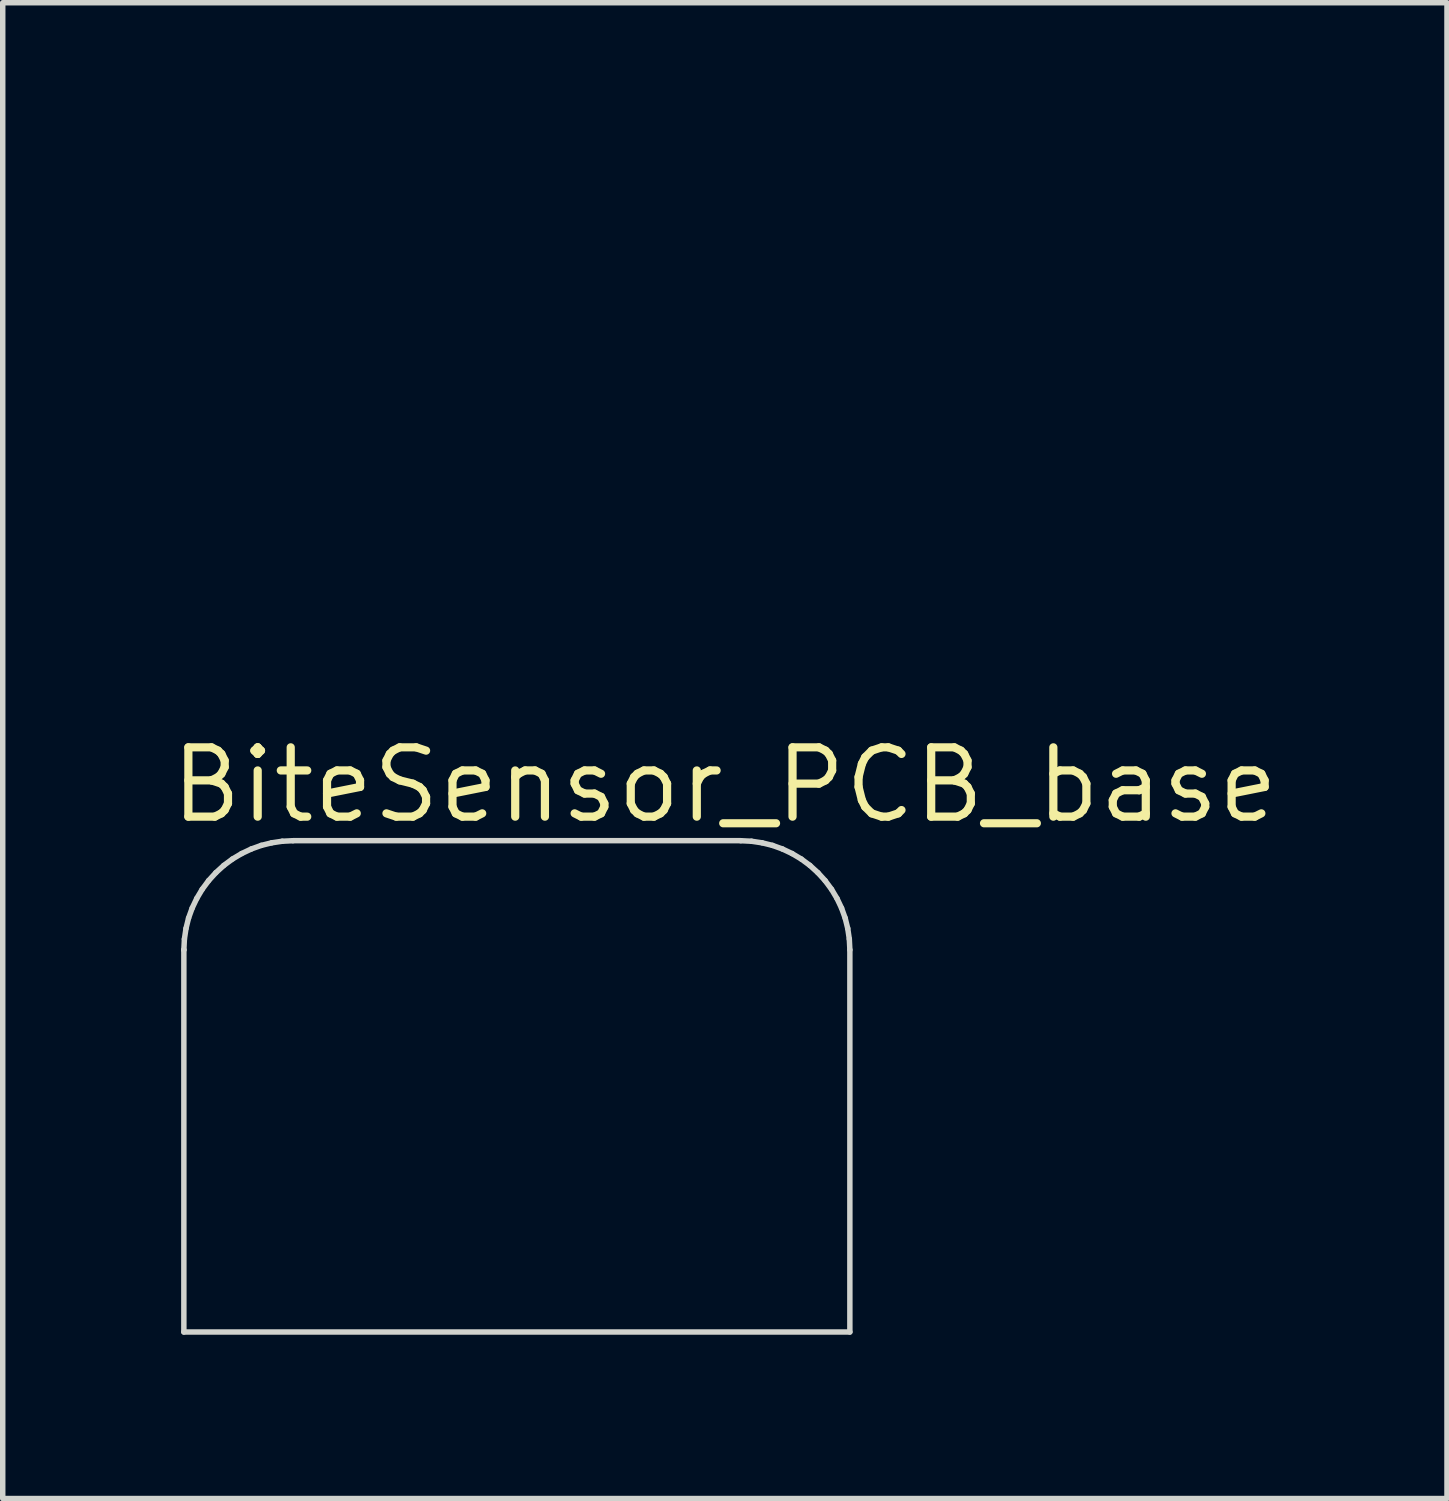
<source format=kicad_pcb>
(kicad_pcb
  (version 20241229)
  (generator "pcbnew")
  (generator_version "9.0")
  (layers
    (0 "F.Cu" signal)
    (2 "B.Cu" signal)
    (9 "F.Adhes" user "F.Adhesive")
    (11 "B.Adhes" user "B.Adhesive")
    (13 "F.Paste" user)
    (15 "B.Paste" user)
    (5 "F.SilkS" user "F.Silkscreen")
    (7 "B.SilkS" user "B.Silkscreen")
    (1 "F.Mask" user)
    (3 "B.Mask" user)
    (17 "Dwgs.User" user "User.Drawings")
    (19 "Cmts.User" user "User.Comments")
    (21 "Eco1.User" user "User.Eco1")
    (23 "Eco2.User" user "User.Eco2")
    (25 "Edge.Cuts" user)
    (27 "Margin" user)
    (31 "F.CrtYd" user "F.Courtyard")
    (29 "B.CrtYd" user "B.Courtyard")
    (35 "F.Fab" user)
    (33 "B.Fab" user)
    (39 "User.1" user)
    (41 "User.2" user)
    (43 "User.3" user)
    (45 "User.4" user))
  (footprint "BiteSensor_PCB_base"
    (layer "F.Cu")
    (at 1.718 0.25)
    (property "Reference" "BiteSensor_PCB_base" (at 8.51 11.08 0) (layer "F.SilkS") (effects (font (size 1.27 1.27) (thickness 0.15))))
    (attr through_hole)
    (fp_line (start -1.4 14.1) (end -1.4 14.1) (stroke (width 0.1) (type solid)) (layer "Edge.Cuts"))
    (fp_line (start -1.4 14.1) (end -1.4 21.1) (stroke (width 0.1) (type solid)) (layer "Edge.Cuts"))
    (fp_line (start -1.4 21.1) (end 10.8 21.1) (stroke (width 0.1) (type solid)) (layer "Edge.Cuts"))
    (fp_line (start -1.39 13.902) (end -1.4 14.1) (stroke (width 0.1) (type solid)) (layer "Edge.Cuts"))
    (fp_line (start -1.361 13.708) (end -1.39 13.902) (stroke (width 0.1) (type solid)) (layer "Edge.Cuts"))
    (fp_line (start -1.314 13.518) (end -1.361 13.708) (stroke (width 0.1) (type solid)) (layer "Edge.Cuts"))
    (fp_line (start -1.248 13.335) (end -1.314 13.518) (stroke (width 0.1) (type solid)) (layer "Edge.Cuts"))
    (fp_line (start -1.164 13.158) (end -1.248 13.335) (stroke (width 0.1) (type solid)) (layer "Edge.Cuts"))
    (fp_line (start -1.064 12.99) (end -1.164 13.158) (stroke (width 0.1) (type solid)) (layer "Edge.Cuts"))
    (fp_line (start -0.947 12.832) (end -1.064 12.99) (stroke (width 0.1) (type solid)) (layer "Edge.Cuts"))
    (fp_line (start -0.814 12.686) (end -0.947 12.832) (stroke (width 0.1) (type solid)) (layer "Edge.Cuts"))
    (fp_line (start -0.668 12.553) (end -0.814 12.686) (stroke (width 0.1) (type solid)) (layer "Edge.Cuts"))
    (fp_line (start -0.51 12.436) (end -0.668 12.553) (stroke (width 0.1) (type solid)) (layer "Edge.Cuts"))
    (fp_line (start -0.342 12.336) (end -0.51 12.436) (stroke (width 0.1) (type solid)) (layer "Edge.Cuts"))
    (fp_line (start -0.165 12.252) (end -0.342 12.336) (stroke (width 0.1) (type solid)) (layer "Edge.Cuts"))
    (fp_line (start 0.018 12.186) (end -0.165 12.252) (stroke (width 0.1) (type solid)) (layer "Edge.Cuts"))
    (fp_line (start 0.208 12.139) (end 0.018 12.186) (stroke (width 0.1) (type solid)) (layer "Edge.Cuts"))
    (fp_line (start 0.402 12.11) (end 0.208 12.139) (stroke (width 0.1) (type solid)) (layer "Edge.Cuts"))
    (fp_line (start 0.6 12.1) (end 0.402 12.11) (stroke (width 0.1) (type solid)) (layer "Edge.Cuts"))
    (fp_line (start 8.8 12.1) (end 0.6 12.1) (stroke (width 0.1) (type solid)) (layer "Edge.Cuts"))
    (fp_line (start 8.998 12.11) (end 8.8 12.1) (stroke (width 0.1) (type solid)) (layer "Edge.Cuts"))
    (fp_line (start 9.192 12.139) (end 8.998 12.11) (stroke (width 0.1) (type solid)) (layer "Edge.Cuts"))
    (fp_line (start 9.382 12.186) (end 9.192 12.139) (stroke (width 0.1) (type solid)) (layer "Edge.Cuts"))
    (fp_line (start 9.565 12.252) (end 9.382 12.186) (stroke (width 0.1) (type solid)) (layer "Edge.Cuts"))
    (fp_line (start 9.742 12.336) (end 9.565 12.252) (stroke (width 0.1) (type solid)) (layer "Edge.Cuts"))
    (fp_line (start 9.91 12.436) (end 9.742 12.336) (stroke (width 0.1) (type solid)) (layer "Edge.Cuts"))
    (fp_line (start 10.068 12.553) (end 9.91 12.436) (stroke (width 0.1) (type solid)) (layer "Edge.Cuts"))
    (fp_line (start 10.214 12.686) (end 10.068 12.553) (stroke (width 0.1) (type solid)) (layer "Edge.Cuts"))
    (fp_line (start 10.347 12.832) (end 10.214 12.686) (stroke (width 0.1) (type solid)) (layer "Edge.Cuts"))
    (fp_line (start 10.464 12.99) (end 10.347 12.832) (stroke (width 0.1) (type solid)) (layer "Edge.Cuts"))
    (fp_line (start 10.564 13.158) (end 10.464 12.99) (stroke (width 0.1) (type solid)) (layer "Edge.Cuts"))
    (fp_line (start 10.648 13.335) (end 10.564 13.158) (stroke (width 0.1) (type solid)) (layer "Edge.Cuts"))
    (fp_line (start 10.714 13.518) (end 10.648 13.335) (stroke (width 0.1) (type solid)) (layer "Edge.Cuts"))
    (fp_line (start 10.761 13.708) (end 10.714 13.518) (stroke (width 0.1) (type solid)) (layer "Edge.Cuts"))
    (fp_line (start 10.79 13.902) (end 10.761 13.708) (stroke (width 0.1) (type solid)) (layer "Edge.Cuts"))
    (fp_line (start 10.8 14.1) (end 10.79 13.902) (stroke (width 0.1) (type solid)) (layer "Edge.Cuts"))
    (fp_line (start 10.8 21.1) (end 10.8 14.1) (stroke (width 0.1) (type solid)) (layer "Edge.Cuts")))
  (gr_rect
    (start -3 -3)
    (end 23.456 24.4)
    (stroke (width 0.1) (type default))
    (fill no)
    (layer "Edge.Cuts")))
</source>
